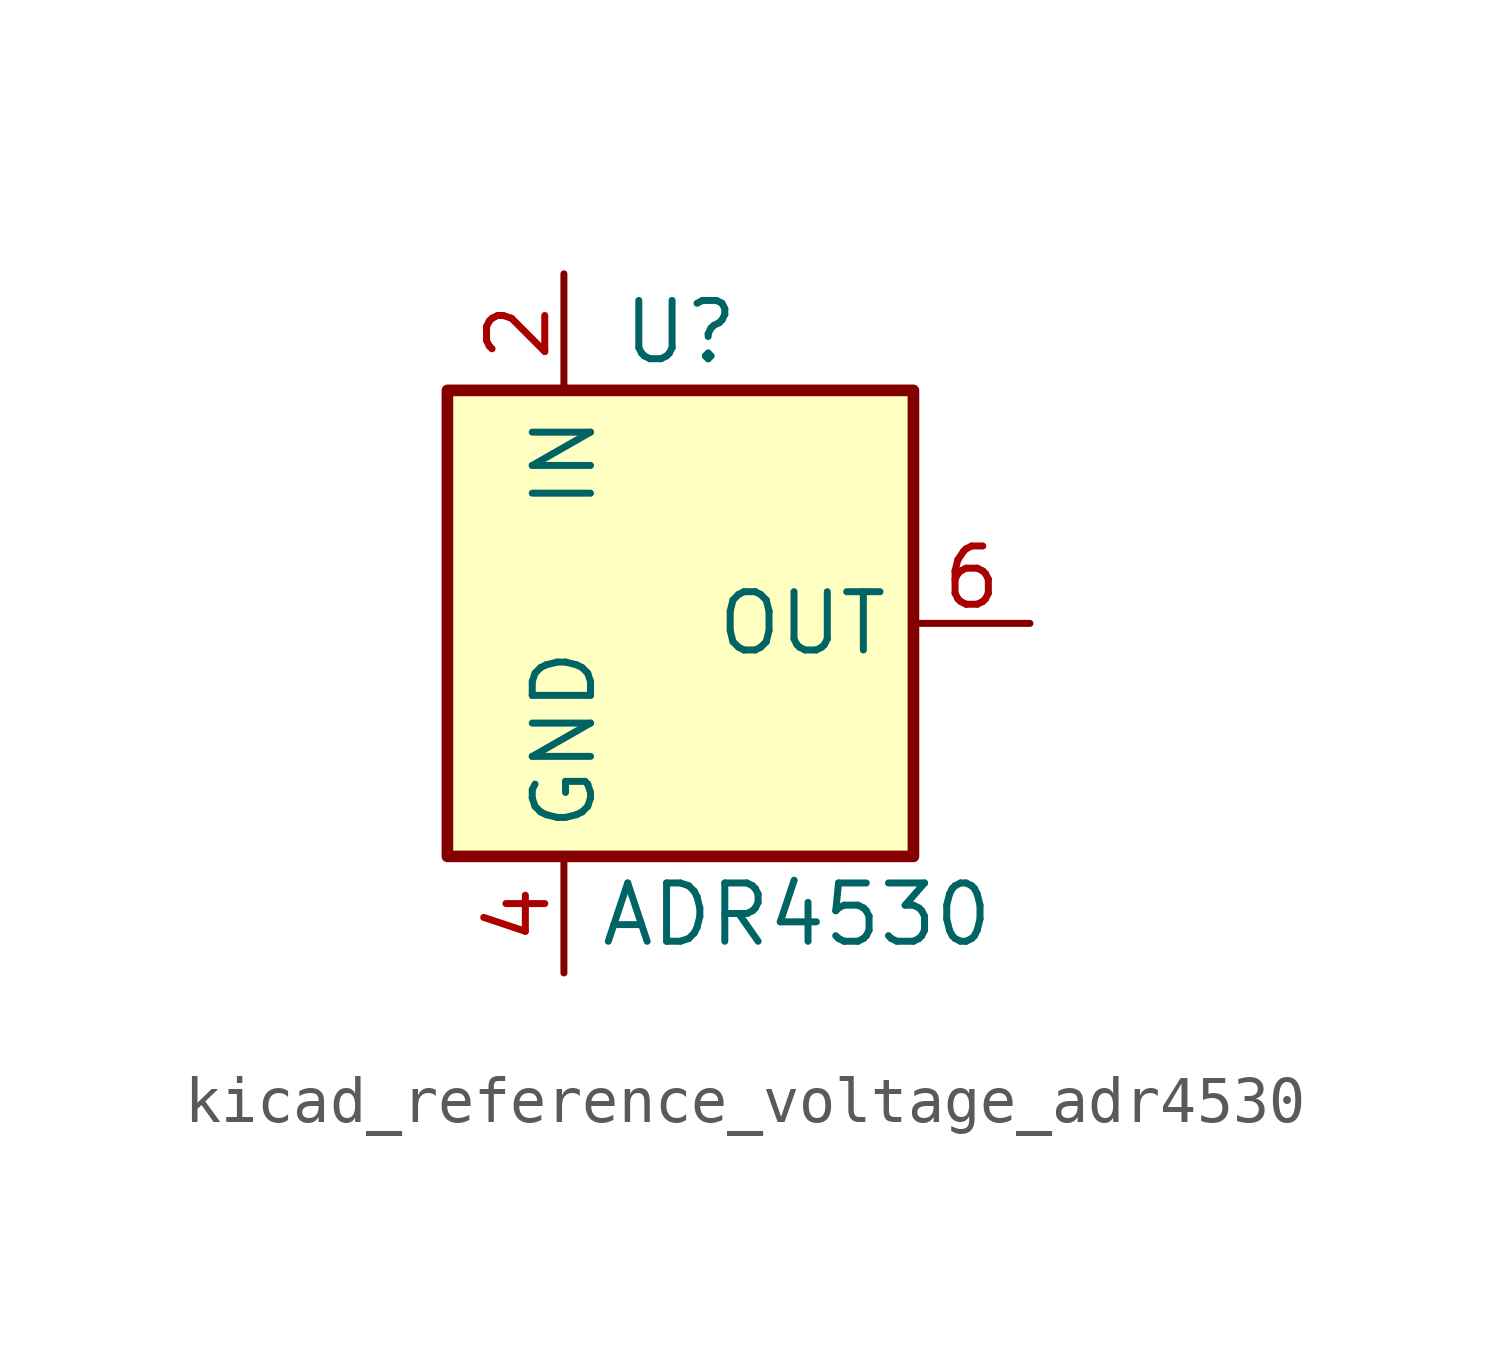
<source format=kicad_sym>
(kicad_symbol_lib
  (version 20220914)
  (generator kicad_symbol_editor)
  (symbol "kicad_reference_voltage_adr4530"
    (property "Reference" "U"
      (at 0 6.35 0)
      (effects (font (size 1.27 1.27))))
    (property "Value" "ADR4530"
      (at 2.54 -6.35 0)
      (effects (font (size 1.27 1.27))))
    (symbol "kicad_reference_voltage_adr4530_0_0"
      (pin no_connect line (at -5.08 0 0) (length 2.54) hide (name "NC" (effects (font (size 1.27 1.27)))) (number "3" (effects (font (size 1.27 1.27)))))
      (pin no_connect line (at 5.08 2.54 180) (length 2.54) hide (name "NC" (effects (font (size 1.27 1.27)))) (number "7" (effects (font (size 1.27 1.27)))))
      (pin no_connect line (at 5.08 -2.54 180) (length 2.54) hide (name "NC" (effects (font (size 1.27 1.27)))) (number "8" (effects (font (size 1.27 1.27))))))
    (symbol "kicad_reference_voltage_adr4530_0_1"
      (rectangle (start -5.08 5.08) (end 5.08 -5.08) (stroke (width 0.254) (type default)) (fill (type background))))
    (symbol "kicad_reference_voltage_adr4530_1_1"
      (pin no_connect line (at -5.08 2.54 0) (length 2.54) hide (name "NC" (effects (font (size 1.27 1.27)))) (number "1" (effects (font (size 1.27 1.27)))))
      (pin power_in line (at -2.54 7.62 270) (length 2.54) (name "IN" (effects (font (size 1.27 1.27)))) (number "2" (effects (font (size 1.27 1.27)))))
      (pin power_in line (at -2.54 -7.62 90) (length 2.54) (name "GND" (effects (font (size 1.27 1.27)))) (number "4" (effects (font (size 1.27 1.27)))))
      (pin no_connect line (at -5.08 -2.54 0) (length 2.54) hide (name "NC" (effects (font (size 1.27 1.27)))) (number "5" (effects (font (size 1.27 1.27)))))
      (pin power_out line (at 7.62 0 180) (length 2.54) (name "OUT" (effects (font (size 1.27 1.27)))) (number "6" (effects (font (size 1.27 1.27))))))))
</source>
